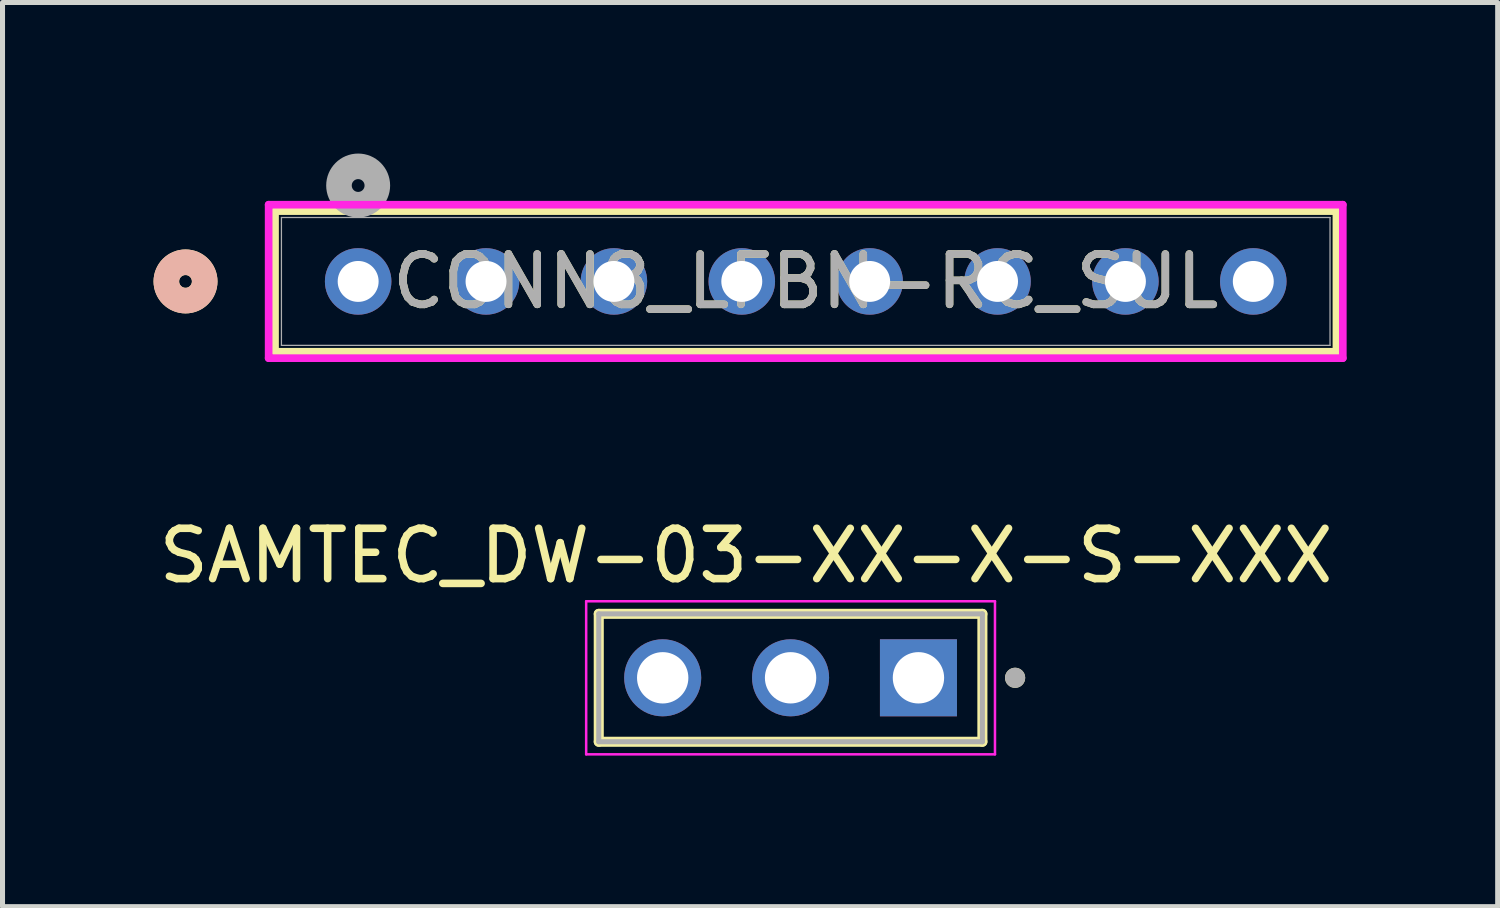
<source format=kicad_pcb>
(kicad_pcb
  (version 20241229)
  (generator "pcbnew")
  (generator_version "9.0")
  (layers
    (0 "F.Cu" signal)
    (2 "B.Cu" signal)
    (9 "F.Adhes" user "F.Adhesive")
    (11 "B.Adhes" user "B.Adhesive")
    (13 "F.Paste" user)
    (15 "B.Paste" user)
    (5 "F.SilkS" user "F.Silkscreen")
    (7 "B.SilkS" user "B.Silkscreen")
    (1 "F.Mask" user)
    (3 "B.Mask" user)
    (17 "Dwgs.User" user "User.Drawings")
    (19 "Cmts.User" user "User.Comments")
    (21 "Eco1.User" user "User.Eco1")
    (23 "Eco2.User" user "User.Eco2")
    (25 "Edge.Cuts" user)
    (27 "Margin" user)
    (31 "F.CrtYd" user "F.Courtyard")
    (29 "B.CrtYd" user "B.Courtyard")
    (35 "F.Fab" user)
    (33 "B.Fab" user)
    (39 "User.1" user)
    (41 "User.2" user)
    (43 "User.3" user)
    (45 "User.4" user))
  (footprint "CONN8_LFBN-RC_SUL"
    (layer "F.Cu")
    (at 4.064 2.54)
    (property "Reference" "CONN8_LFBN-RC_SUL" (at 8.89 0 0) (unlocked yes) (layer "F.SilkS") (effects (font (size 1 1) (thickness 0.15))))
    (attr through_hole)
    (fp_line (start -1.651 -1.397) (end -1.651 1.397) (stroke (width 0.152) (type solid)) (layer "F.SilkS"))
    (fp_line (start -1.651 1.397) (end 19.431 1.397) (stroke (width 0.152) (type solid)) (layer "F.SilkS"))
    (fp_line (start 19.431 -1.397) (end -1.651 -1.397) (stroke (width 0.152) (type solid)) (layer "F.SilkS"))
    (fp_line (start 19.431 1.397) (end 19.431 -1.397) (stroke (width 0.152) (type solid)) (layer "F.SilkS"))
    (fp_circle (center -3.429 0) (end -3.048 0) (stroke (width 0.508) (type solid)) (fill no) (layer "F.SilkS"))
    (fp_circle (center -3.429 0) (end -3.048 0) (stroke (width 0.508) (type solid)) (fill no) (layer "B.SilkS"))
    (fp_line (start -1.778 -1.524) (end -1.778 1.524) (stroke (width 0.152) (type solid)) (layer "F.CrtYd"))
    (fp_line (start -1.778 1.524) (end 19.558 1.524) (stroke (width 0.152) (type solid)) (layer "F.CrtYd"))
    (fp_line (start 19.558 -1.524) (end -1.778 -1.524) (stroke (width 0.152) (type solid)) (layer "F.CrtYd"))
    (fp_line (start 19.558 1.524) (end 19.558 -1.524) (stroke (width 0.152) (type solid)) (layer "F.CrtYd"))
    (fp_line (start -1.524 -1.27) (end -1.524 1.27) (stroke (width 0.025) (type solid)) (layer "F.Fab"))
    (fp_line (start -1.524 1.27) (end 19.304 1.27) (stroke (width 0.025) (type solid)) (layer "F.Fab"))
    (fp_line (start 19.304 -1.27) (end -1.524 -1.27) (stroke (width 0.025) (type solid)) (layer "F.Fab"))
    (fp_line (start 19.304 1.27) (end 19.304 -1.27) (stroke (width 0.025) (type solid)) (layer "F.Fab"))
    (fp_circle (center 0 -1.905) (end 0.381 -1.905) (stroke (width 0.508) (type solid)) (fill no) (layer "F.Fab"))
    (fp_text user "${REFERENCE}" (at 8.89 0 0) (unlocked yes) (layer "F.Fab") (effects (font (size 1 1) (thickness 0.15))))
    (pad "1" thru_hole circle (at 0 0) (size 1.321 1.321) (drill 0.813) (layers "*.Cu" "*.Mask"))
    (pad "2" thru_hole circle (at 2.54 0) (size 1.321 1.321) (drill 0.813) (layers "*.Cu" "*.Mask"))
    (pad "3" thru_hole circle (at 5.08 0) (size 1.321 1.321) (drill 0.813) (layers "*.Cu" "*.Mask"))
    (pad "4" thru_hole circle (at 7.62 0) (size 1.321 1.321) (drill 0.813) (layers "*.Cu" "*.Mask"))
    (pad "5" thru_hole circle (at 10.16 0) (size 1.321 1.321) (drill 0.813) (layers "*.Cu" "*.Mask"))
    (pad "6" thru_hole circle (at 12.7 0) (size 1.321 1.321) (drill 0.813) (layers "*.Cu" "*.Mask"))
    (pad "7" thru_hole circle (at 15.24 0) (size 1.321 1.321) (drill 0.813) (layers "*.Cu" "*.Mask"))
    (pad "8" thru_hole circle (at 17.78 0) (size 1.321 1.321) (drill 0.813) (layers "*.Cu" "*.Mask")))
  (footprint "SAMTEC_DW-03-XX-X-S-XXX"
    (layer "F.Cu")
    (at 15.193 10.413)
    (property "Reference" "SAMTEC_DW-03-XX-X-S-XXX" (at -3.425 -2.425 0) (layer "F.SilkS") (effects (font (size 1 1) (thickness 0.15))))
    (attr through_hole)
    (fp_line (start -6.35 -1.27) (end 1.27 -1.27) (stroke (width 0.2) (type solid)) (layer "F.SilkS"))
    (fp_line (start -6.35 1.27) (end -6.35 -1.27) (stroke (width 0.2) (type solid)) (layer "F.SilkS"))
    (fp_line (start -6.35 1.27) (end 1.27 1.27) (stroke (width 0.2) (type solid)) (layer "F.SilkS"))
    (fp_line (start 1.27 -1.27) (end 1.27 1.27) (stroke (width 0.2) (type solid)) (layer "F.SilkS"))
    (fp_circle (center 1.92 0) (end 2.02 0) (stroke (width 0.2) (type solid)) (fill no) (layer "F.SilkS"))
    (fp_line (start -6.6 -1.52) (end 1.52 -1.52) (stroke (width 0.05) (type solid)) (layer "F.CrtYd"))
    (fp_line (start -6.6 1.52) (end -6.6 -1.52) (stroke (width 0.05) (type solid)) (layer "F.CrtYd"))
    (fp_line (start 1.52 -1.52) (end 1.52 1.52) (stroke (width 0.05) (type solid)) (layer "F.CrtYd"))
    (fp_line (start 1.52 1.52) (end -6.6 1.52) (stroke (width 0.05) (type solid)) (layer "F.CrtYd"))
    (fp_line (start -6.35 1.27) (end -6.35 -1.27) (stroke (width 0.1) (type solid)) (layer "F.Fab"))
    (fp_line (start 1.27 -1.27) (end -6.35 -1.27) (stroke (width 0.1) (type solid)) (layer "F.Fab"))
    (fp_line (start 1.27 -1.27) (end 1.27 1.27) (stroke (width 0.1) (type solid)) (layer "F.Fab"))
    (fp_line (start 1.27 1.27) (end -6.35 1.27) (stroke (width 0.1) (type solid)) (layer "F.Fab"))
    (fp_circle (center 1.92 0) (end 2.02 0) (stroke (width 0.2) (type solid)) (fill no) (layer "F.Fab"))
    (pad "1" thru_hole rect (at 0 0) (size 1.53 1.53) (drill 1.02) (layers "*.Cu" "*.Mask"))
    (pad "2" thru_hole circle (at -2.54 0) (size 1.53 1.53) (drill 1.02) (layers "*.Cu" "*.Mask"))
    (pad "3" thru_hole circle (at -5.08 0) (size 1.53 1.53) (drill 1.02) (layers "*.Cu" "*.Mask")))
  (gr_rect
    (start -3 -3)
    (end 26.698 14.958)
    (stroke (width 0.1) (type default))
    (fill no)
    (layer "Edge.Cuts")))
</source>
